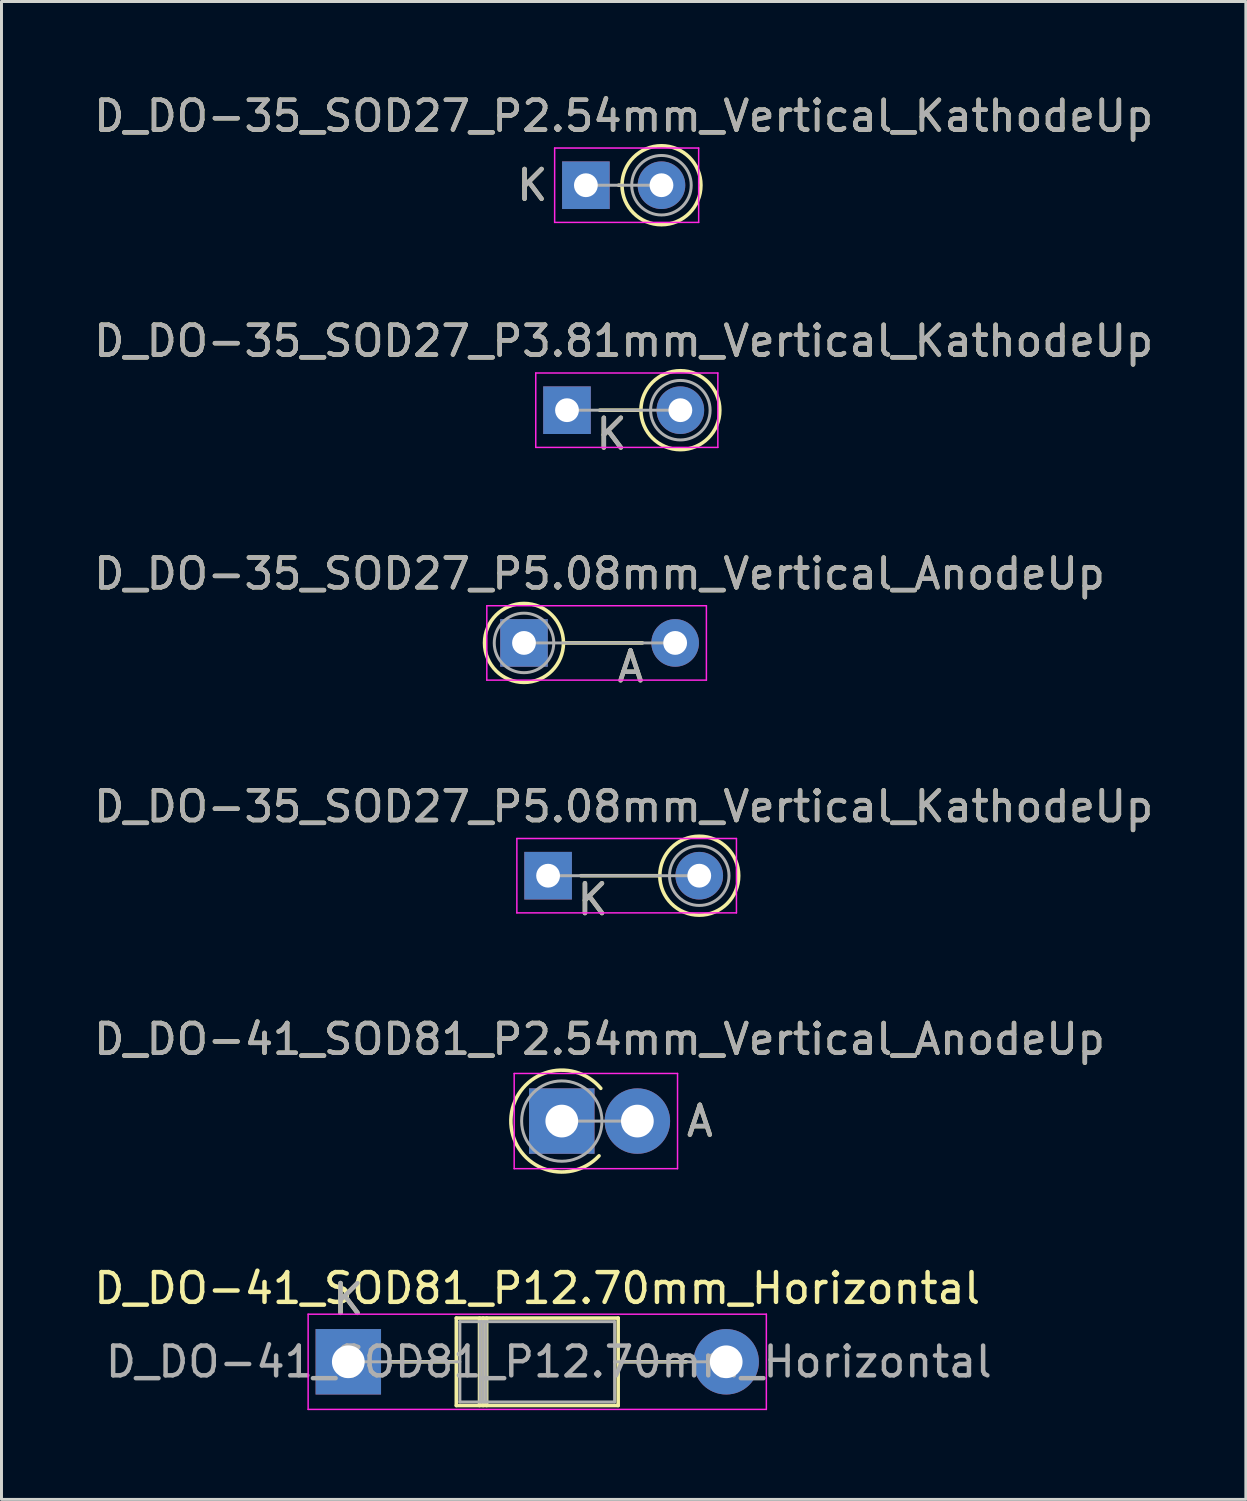
<source format=kicad_pcb>
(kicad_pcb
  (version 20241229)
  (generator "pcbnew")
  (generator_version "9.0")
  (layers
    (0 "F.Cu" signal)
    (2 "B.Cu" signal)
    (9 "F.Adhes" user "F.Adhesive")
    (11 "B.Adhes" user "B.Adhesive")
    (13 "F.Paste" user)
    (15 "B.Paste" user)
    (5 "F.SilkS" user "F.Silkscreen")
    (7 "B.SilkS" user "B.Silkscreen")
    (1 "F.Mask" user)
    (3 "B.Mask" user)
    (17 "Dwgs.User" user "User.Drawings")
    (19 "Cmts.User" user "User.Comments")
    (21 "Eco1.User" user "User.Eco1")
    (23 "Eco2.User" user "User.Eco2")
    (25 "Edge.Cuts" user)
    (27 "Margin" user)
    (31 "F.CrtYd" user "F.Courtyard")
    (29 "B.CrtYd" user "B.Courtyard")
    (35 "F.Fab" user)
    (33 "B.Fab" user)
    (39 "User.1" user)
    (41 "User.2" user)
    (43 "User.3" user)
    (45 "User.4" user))
  (footprint "D_DO-35_SOD27_P5.08mm_Vertical_KathodeUp"
    (layer "F.Cu")
    (at 15.371 26.381)
    (property "Reference" "D_DO-35_SOD27_P5.08mm_Vertical_KathodeUp" (at 2.54 -2.326 0) (layer "F.SilkS") (effects (font (size 1 1) (thickness 0.15))))
    (attr through_hole)
    (fp_line (start 3.754 0) (end 1.1 0) (stroke (width 0.12) (type solid)) (layer "F.SilkS"))
    (fp_circle (center 5.08 0) (end 6.406 0) (stroke (width 0.12) (type solid)) (fill no) (layer "F.SilkS"))
    (fp_line (start -1.05 -1.25) (end -1.05 1.25) (stroke (width 0.05) (type solid)) (layer "F.CrtYd"))
    (fp_line (start -1.05 1.25) (end 6.33 1.25) (stroke (width 0.05) (type solid)) (layer "F.CrtYd"))
    (fp_line (start 6.33 -1.25) (end -1.05 -1.25) (stroke (width 0.05) (type solid)) (layer "F.CrtYd"))
    (fp_line (start 6.33 1.25) (end 6.33 -1.25) (stroke (width 0.05) (type solid)) (layer "F.CrtYd"))
    (fp_line (start 0 0) (end 5.08 0) (stroke (width 0.1) (type solid)) (layer "F.Fab"))
    (fp_circle (center 5.08 0) (end 6.08 0) (stroke (width 0.1) (type solid)) (fill no) (layer "F.Fab"))
    (fp_text user "K" (at 1.5 0.8 0) (layer "F.SilkS") (effects (font (size 1 1) (thickness 0.15))))
    (fp_text user "${REFERENCE}" (at 2.54 -2.326 0) (layer "F.Fab") (effects (font (size 1 1) (thickness 0.15))))
    (fp_text user "K" (at 1.5 0.8 0) (layer "F.Fab") (effects (font (size 1 1) (thickness 0.15))))
    (pad "1" thru_hole rect (at 0 0) (size 1.6 1.6) (drill 0.8) (layers "*.Cu" "*.Mask"))
    (pad "2" thru_hole oval (at 5.08 0) (size 1.6 1.6) (drill 0.8) (layers "*.Cu" "*.Mask")))
  (footprint "D_DO-35_SOD27_P2.54mm_Vertical_KathodeUp"
    (layer "F.Cu")
    (at 16.641 3.175)
    (property "Reference" "D_DO-35_SOD27_P2.54mm_Vertical_KathodeUp" (at 1.27 -2.326 0) (layer "F.SilkS") (effects (font (size 1 1) (thickness 0.15))))
    (attr through_hole)
    (fp_line (start 1.214 0) (end 1.1 0) (stroke (width 0.12) (type solid)) (layer "F.SilkS"))
    (fp_circle (center 2.54 0) (end 3.866 0) (stroke (width 0.12) (type solid)) (fill no) (layer "F.SilkS"))
    (fp_line (start -1.05 -1.25) (end -1.05 1.25) (stroke (width 0.05) (type solid)) (layer "F.CrtYd"))
    (fp_line (start -1.05 1.25) (end 3.79 1.25) (stroke (width 0.05) (type solid)) (layer "F.CrtYd"))
    (fp_line (start 3.79 -1.25) (end -1.05 -1.25) (stroke (width 0.05) (type solid)) (layer "F.CrtYd"))
    (fp_line (start 3.79 1.25) (end 3.79 -1.25) (stroke (width 0.05) (type solid)) (layer "F.CrtYd"))
    (fp_line (start 0 0) (end 2.54 0) (stroke (width 0.1) (type solid)) (layer "F.Fab"))
    (fp_circle (center 2.54 0) (end 3.54 0) (stroke (width 0.1) (type solid)) (fill no) (layer "F.Fab"))
    (fp_text user "K" (at -1.8 0 0) (layer "F.SilkS") (effects (font (size 1 1) (thickness 0.15))))
    (fp_text user "${REFERENCE}" (at 1.27 -2.326 0) (layer "F.Fab") (effects (font (size 1 1) (thickness 0.15))))
    (fp_text user "K" (at -1.8 0 0) (layer "F.Fab") (effects (font (size 1 1) (thickness 0.15))))
    (pad "1" thru_hole rect (at 0 0) (size 1.6 1.6) (drill 0.8) (layers "*.Cu" "*.Mask"))
    (pad "2" thru_hole oval (at 2.54 0) (size 1.6 1.6) (drill 0.8) (layers "*.Cu" "*.Mask")))
  (footprint "D_DO-35_SOD27_P3.81mm_Vertical_KathodeUp"
    (layer "F.Cu")
    (at 16.006 10.736)
    (property "Reference" "D_DO-35_SOD27_P3.81mm_Vertical_KathodeUp" (at 1.905 -2.326 0) (layer "F.SilkS") (effects (font (size 1 1) (thickness 0.15))))
    (attr through_hole)
    (fp_line (start 2.484 0) (end 1.1 0) (stroke (width 0.12) (type solid)) (layer "F.SilkS"))
    (fp_circle (center 3.81 0) (end 5.136 0) (stroke (width 0.12) (type solid)) (fill no) (layer "F.SilkS"))
    (fp_line (start -1.05 -1.25) (end -1.05 1.25) (stroke (width 0.05) (type solid)) (layer "F.CrtYd"))
    (fp_line (start -1.05 1.25) (end 5.07 1.25) (stroke (width 0.05) (type solid)) (layer "F.CrtYd"))
    (fp_line (start 5.07 -1.25) (end -1.05 -1.25) (stroke (width 0.05) (type solid)) (layer "F.CrtYd"))
    (fp_line (start 5.07 1.25) (end 5.07 -1.25) (stroke (width 0.05) (type solid)) (layer "F.CrtYd"))
    (fp_line (start 0 0) (end 3.81 0) (stroke (width 0.1) (type solid)) (layer "F.Fab"))
    (fp_circle (center 3.81 0) (end 4.81 0) (stroke (width 0.1) (type solid)) (fill no) (layer "F.Fab"))
    (fp_text user "K" (at 1.5 0.8 0) (layer "F.SilkS") (effects (font (size 1 1) (thickness 0.15))))
    (fp_text user "${REFERENCE}" (at 1.905 -2.326 0) (layer "F.Fab") (effects (font (size 1 1) (thickness 0.15))))
    (fp_text user "K" (at 1.5 0.8 0) (layer "F.Fab") (effects (font (size 1 1) (thickness 0.15))))
    (pad "1" thru_hole rect (at 0 0) (size 1.6 1.6) (drill 0.8) (layers "*.Cu" "*.Mask"))
    (pad "2" thru_hole oval (at 3.81 0) (size 1.6 1.6) (drill 0.8) (layers "*.Cu" "*.Mask")))
  (footprint "D_DO-41_SOD81_P2.54mm_Vertical_AnodeUp"
    (layer "F.Cu")
    (at 15.831 34.628)
    (property "Reference" "D_DO-41_SOD81_P2.54mm_Vertical_AnodeUp" (at 1.27 -2.751 0) (layer "F.SilkS") (effects (font (size 1 1) (thickness 0.15))))
    (attr through_hole)
    (fp_arc (start 1.251551 1.167366) (mid -1.710877 -0.044974) (end 1.311153 -1.1) (stroke (width 0.12) (type solid)) (layer "F.SilkS"))
    (fp_line (start -1.6 -1.6) (end -1.6 1.6) (stroke (width 0.05) (type solid)) (layer "F.CrtYd"))
    (fp_line (start -1.6 1.6) (end 3.89 1.6) (stroke (width 0.05) (type solid)) (layer "F.CrtYd"))
    (fp_line (start 3.89 -1.6) (end -1.6 -1.6) (stroke (width 0.05) (type solid)) (layer "F.CrtYd"))
    (fp_line (start 3.89 1.6) (end 3.89 -1.6) (stroke (width 0.05) (type solid)) (layer "F.CrtYd"))
    (fp_line (start 0 0) (end 2.54 0) (stroke (width 0.1) (type solid)) (layer "F.Fab"))
    (fp_circle (center 0 0) (end 1.35 0) (stroke (width 0.1) (type solid)) (fill no) (layer "F.Fab"))
    (fp_text user "A" (at 4.64 0 0) (layer "F.SilkS") (effects (font (size 1 1) (thickness 0.15))))
    (fp_text user "A" (at 4.64 0 0) (layer "F.Fab") (effects (font (size 1 1) (thickness 0.15))))
    (fp_text user "${REFERENCE}" (at 1.27 -2.751 0) (layer "F.Fab") (effects (font (size 1 1) (thickness 0.15))))
    (pad "1" thru_hole rect (at 0 0) (size 2.2 2.2) (drill 1.1) (layers "*.Cu" "*.Mask"))
    (pad "2" thru_hole oval (at 2.54 0) (size 2.2 2.2) (drill 1.1) (layers "*.Cu" "*.Mask")))
  (footprint "D_DO-41_SOD81_P12.70mm_Horizontal"
    (layer "F.Cu")
    (at 8.656 42.718)
    (property "Reference" "D_DO-41_SOD81_P12.70mm_Horizontal" (at 6.35 -2.47 0) (layer "F.SilkS") (effects (font (size 1 1) (thickness 0.15))))
    (attr through_hole)
    (fp_line (start 1.34 0) (end 3.63 0) (stroke (width 0.12) (type solid)) (layer "F.SilkS"))
    (fp_line (start 3.63 -1.47) (end 3.63 1.47) (stroke (width 0.12) (type solid)) (layer "F.SilkS"))
    (fp_line (start 3.63 1.47) (end 9.07 1.47) (stroke (width 0.12) (type solid)) (layer "F.SilkS"))
    (fp_line (start 4.41 -1.47) (end 4.41 1.47) (stroke (width 0.12) (type solid)) (layer "F.SilkS"))
    (fp_line (start 4.53 -1.47) (end 4.53 1.47) (stroke (width 0.12) (type solid)) (layer "F.SilkS"))
    (fp_line (start 4.65 -1.47) (end 4.65 1.47) (stroke (width 0.12) (type solid)) (layer "F.SilkS"))
    (fp_line (start 9.07 -1.47) (end 3.63 -1.47) (stroke (width 0.12) (type solid)) (layer "F.SilkS"))
    (fp_line (start 9.07 1.47) (end 9.07 -1.47) (stroke (width 0.12) (type solid)) (layer "F.SilkS"))
    (fp_line (start 11.36 0) (end 9.07 0) (stroke (width 0.12) (type solid)) (layer "F.SilkS"))
    (fp_line (start -1.35 -1.6) (end -1.35 1.6) (stroke (width 0.05) (type solid)) (layer "F.CrtYd"))
    (fp_line (start -1.35 1.6) (end 14.05 1.6) (stroke (width 0.05) (type solid)) (layer "F.CrtYd"))
    (fp_line (start 14.05 -1.6) (end -1.35 -1.6) (stroke (width 0.05) (type solid)) (layer "F.CrtYd"))
    (fp_line (start 14.05 1.6) (end 14.05 -1.6) (stroke (width 0.05) (type solid)) (layer "F.CrtYd"))
    (fp_line (start 0 0) (end 3.75 0) (stroke (width 0.1) (type solid)) (layer "F.Fab"))
    (fp_line (start 3.75 -1.35) (end 3.75 1.35) (stroke (width 0.1) (type solid)) (layer "F.Fab"))
    (fp_line (start 3.75 1.35) (end 8.95 1.35) (stroke (width 0.1) (type solid)) (layer "F.Fab"))
    (fp_line (start 4.43 -1.35) (end 4.43 1.35) (stroke (width 0.1) (type solid)) (layer "F.Fab"))
    (fp_line (start 4.53 -1.35) (end 4.53 1.35) (stroke (width 0.1) (type solid)) (layer "F.Fab"))
    (fp_line (start 4.63 -1.35) (end 4.63 1.35) (stroke (width 0.1) (type solid)) (layer "F.Fab"))
    (fp_line (start 8.95 -1.35) (end 3.75 -1.35) (stroke (width 0.1) (type solid)) (layer "F.Fab"))
    (fp_line (start 8.95 1.35) (end 8.95 -1.35) (stroke (width 0.1) (type solid)) (layer "F.Fab"))
    (fp_line (start 12.7 0) (end 8.95 0) (stroke (width 0.1) (type solid)) (layer "F.Fab"))
    (fp_text user "K" (at 0 -2.1 0) (layer "F.SilkS") (effects (font (size 1 1) (thickness 0.15))))
    (fp_text user "${REFERENCE}" (at 6.74 0 0) (layer "F.Fab") (effects (font (size 1 1) (thickness 0.15))))
    (fp_text user "K" (at 0 -2.1 0) (layer "F.Fab") (effects (font (size 1 1) (thickness 0.15))))
    (pad "1" thru_hole rect (at 0 0) (size 2.2 2.2) (drill 1.1) (layers "*.Cu" "*.Mask"))
    (pad "2" thru_hole oval (at 12.7 0) (size 2.2 2.2) (drill 1.1) (layers "*.Cu" "*.Mask")))
  (footprint "D_DO-35_SOD27_P5.08mm_Vertical_AnodeUp"
    (layer "F.Cu")
    (at 14.561 18.558)
    (property "Reference" "D_DO-35_SOD27_P5.08mm_Vertical_AnodeUp" (at 2.54 -2.326 0) (layer "F.SilkS") (effects (font (size 1 1) (thickness 0.15))))
    (attr through_hole)
    (fp_line (start 1.326 0) (end 3.98 0) (stroke (width 0.12) (type solid)) (layer "F.SilkS"))
    (fp_circle (center 0 0) (end 1.326 0) (stroke (width 0.12) (type solid)) (fill no) (layer "F.SilkS"))
    (fp_line (start -1.25 -1.25) (end -1.25 1.25) (stroke (width 0.05) (type solid)) (layer "F.CrtYd"))
    (fp_line (start -1.25 1.25) (end 6.13 1.25) (stroke (width 0.05) (type solid)) (layer "F.CrtYd"))
    (fp_line (start 6.13 -1.25) (end -1.25 -1.25) (stroke (width 0.05) (type solid)) (layer "F.CrtYd"))
    (fp_line (start 6.13 1.25) (end 6.13 -1.25) (stroke (width 0.05) (type solid)) (layer "F.CrtYd"))
    (fp_line (start 0 0) (end 5.08 0) (stroke (width 0.1) (type solid)) (layer "F.Fab"))
    (fp_circle (center 0 0) (end 1 0) (stroke (width 0.1) (type solid)) (fill no) (layer "F.Fab"))
    (fp_text user "A" (at 3.58 0.8 0) (layer "F.SilkS") (effects (font (size 1 1) (thickness 0.15))))
    (fp_text user "${REFERENCE}" (at 2.54 -2.326 0) (layer "F.Fab") (effects (font (size 1 1) (thickness 0.15))))
    (fp_text user "A" (at 3.58 0.8 0) (layer "F.Fab") (effects (font (size 1 1) (thickness 0.15))))
    (pad "1" thru_hole rect (at 0 0) (size 1.6 1.6) (drill 0.8) (layers "*.Cu" "*.Mask"))
    (pad "2" thru_hole oval (at 5.08 0) (size 1.6 1.6) (drill 0.8) (layers "*.Cu" "*.Mask")))
  (gr_rect
    (start -3 -3)
    (end 38.821 47.343)
    (stroke (width 0.1) (type default))
    (fill no)
    (layer "Edge.Cuts")))
</source>
